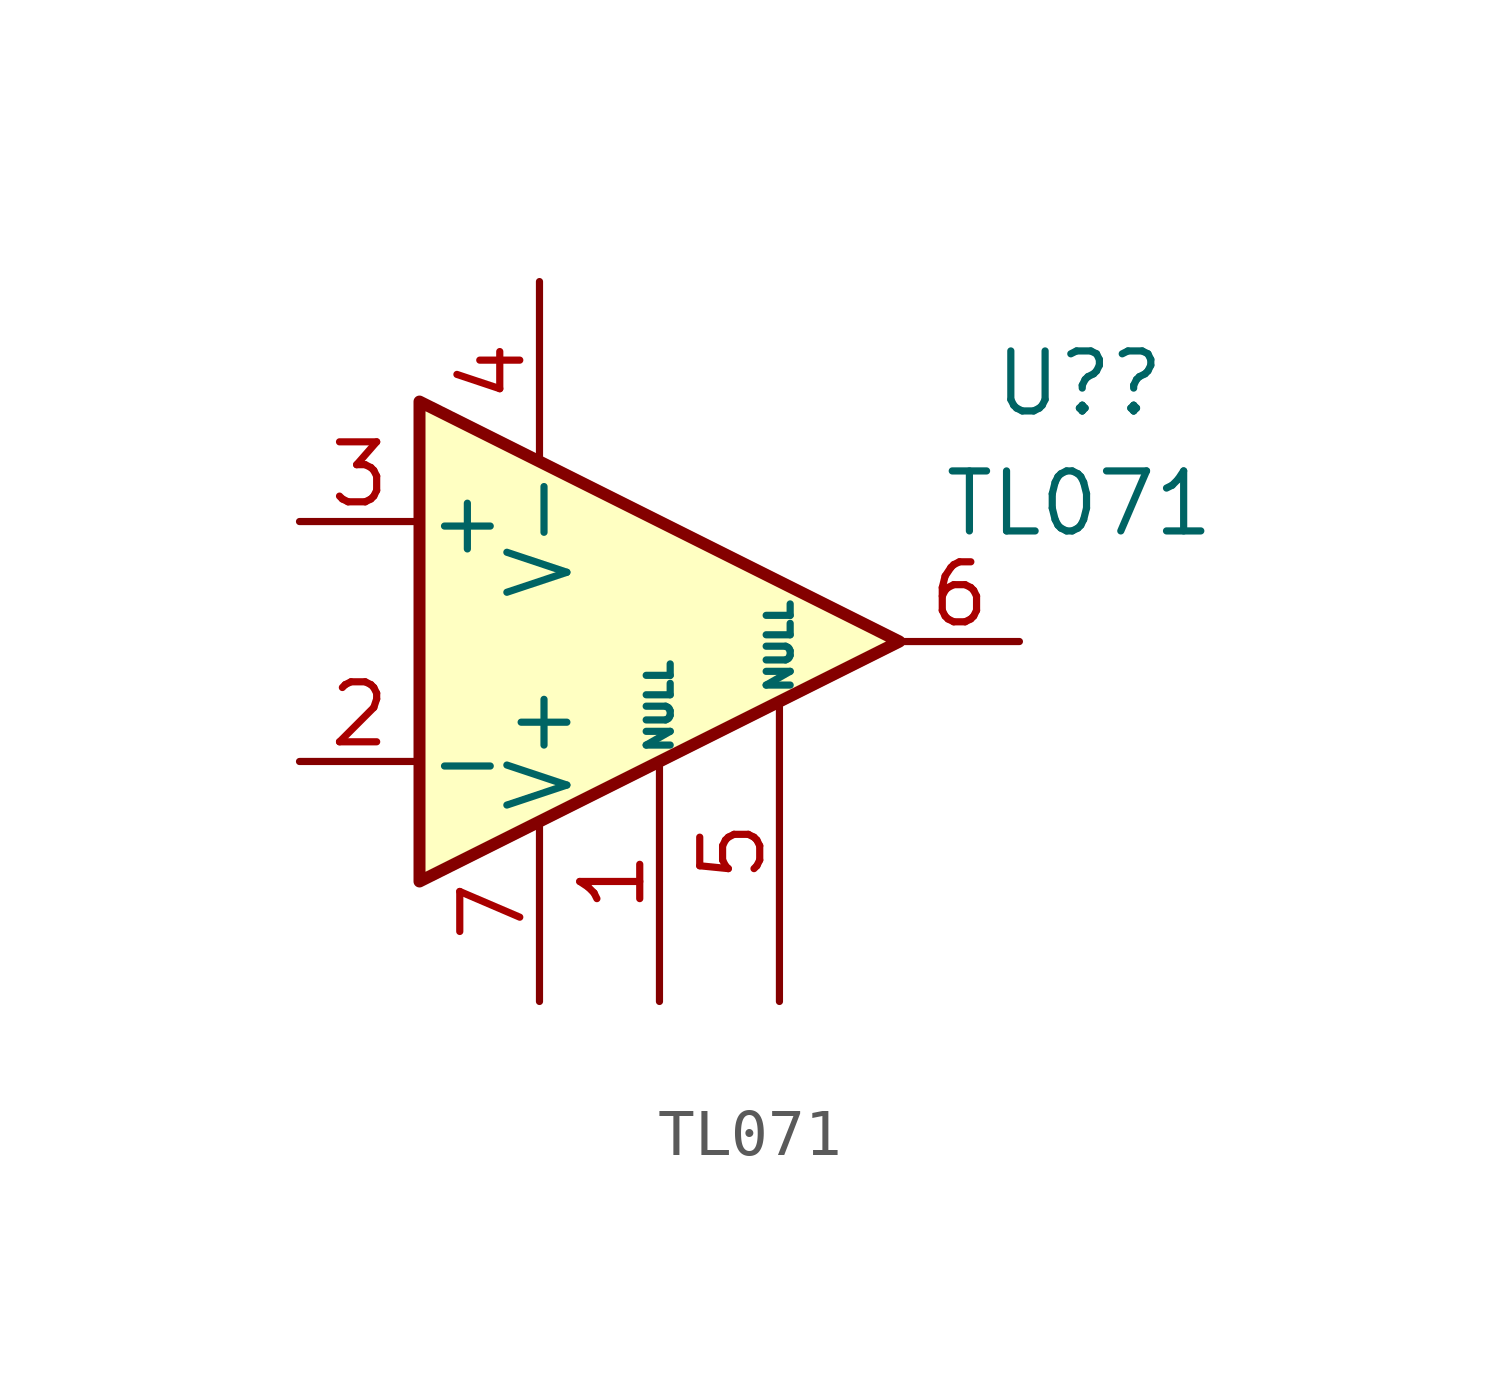
<source format=kicad_sym>
(kicad_symbol_lib
  (version 20211014)
  (generator kicad_symbol_editor)
  (symbol "TL071"
    (pin_names
      (offset 0.127))
    (property "Reference" "U?"
      (at 8.89 5.461 0)
      (effects (font (size 1.27 1.27))))
    (property "Value" "TL071"
      (at 8.89 2.921 0)
      (effects (font (size 1.27 1.27))))
    (symbol "TL071_0_1"
      (polyline (pts (xy -5.08 5.08) (xy 5.08 0) (xy -5.08 -5.08) (xy -5.08 5.08)) (stroke (width 0.254) (type default) (color 0 0 0 0)) (fill (type background))))
    (symbol "TL071_1_1"
      (pin input line (at 0 -7.62 90) (length 5.08) (name "NULL" (effects (font (size 0.508 0.508)))) (number "1" (effects (font (size 1.27 1.27)))))
      (pin input line (at -7.62 -2.54 0) (length 2.54) (name "-" (effects (font (size 1.27 1.27)))) (number "2" (effects (font (size 1.27 1.27)))))
      (pin input line (at -7.62 2.54 0) (length 2.54) (name "+" (effects (font (size 1.27 1.27)))) (number "3" (effects (font (size 1.27 1.27)))))
      (pin power_in line (at -2.54 7.62 270) (length 3.81) (name "V-" (effects (font (size 1.27 1.27)))) (number "4" (effects (font (size 1.27 1.27)))))
      (pin input line (at 2.54 -7.62 90) (length 6.35) (name "NULL" (effects (font (size 0.508 0.508)))) (number "5" (effects (font (size 1.27 1.27)))))
      (pin output line (at 7.62 0 180) (length 2.54) (name "~" (effects (font (size 1.27 1.27)))) (number "6" (effects (font (size 1.27 1.27)))))
      (pin power_in line (at -2.54 -7.62 90) (length 3.81) (name "V+" (effects (font (size 1.27 1.27)))) (number "7" (effects (font (size 1.27 1.27)))))
      (pin no_connect line (at 0 2.54 270) (length 2.54) hide (name "NC" (effects (font (size 1.27 1.27)))) (number "8" (effects (font (size 1.27 1.27))))))))
</source>
